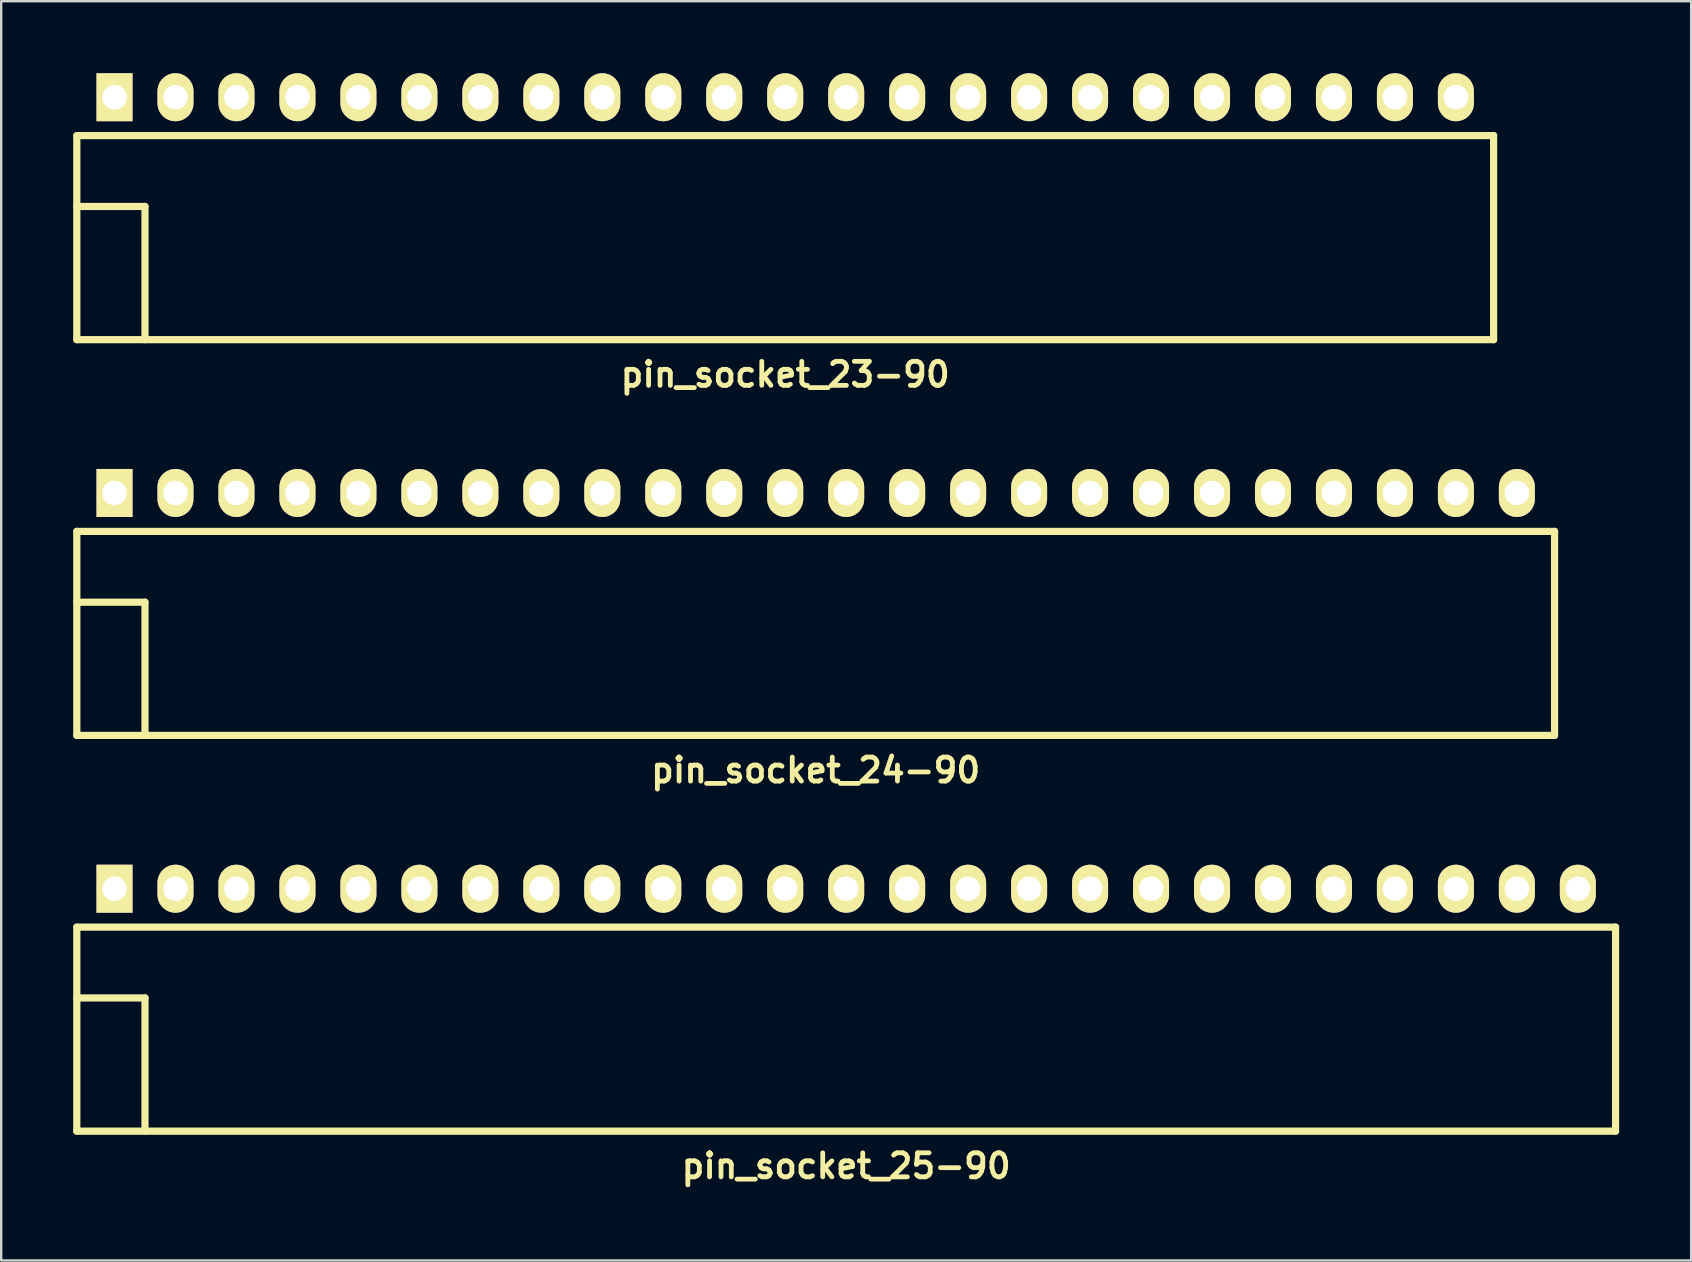
<source format=kicad_pcb>
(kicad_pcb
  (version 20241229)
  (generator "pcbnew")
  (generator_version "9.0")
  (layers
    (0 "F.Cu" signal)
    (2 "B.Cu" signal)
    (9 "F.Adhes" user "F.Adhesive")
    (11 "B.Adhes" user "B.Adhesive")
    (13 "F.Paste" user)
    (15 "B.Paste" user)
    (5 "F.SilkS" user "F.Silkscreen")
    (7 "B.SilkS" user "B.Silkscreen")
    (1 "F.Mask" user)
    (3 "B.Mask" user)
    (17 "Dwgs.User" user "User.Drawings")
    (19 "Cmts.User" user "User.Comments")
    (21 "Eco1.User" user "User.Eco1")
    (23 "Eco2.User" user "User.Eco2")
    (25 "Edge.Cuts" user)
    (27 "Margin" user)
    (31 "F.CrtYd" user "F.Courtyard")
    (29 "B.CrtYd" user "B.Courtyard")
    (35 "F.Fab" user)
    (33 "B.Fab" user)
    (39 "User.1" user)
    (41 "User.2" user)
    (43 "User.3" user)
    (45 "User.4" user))
  (footprint "pin_socket_23-90"
    (layer "F.Cu")
    (at 29.66 5.55)
    (property "Reference" "pin_socket_23-90" (at 0 7 0) (layer "F.SilkS") (effects (font (size 1 1) (thickness 0.2))))
    (attr through_hole)
    (fp_line (start -29.51 -2.95) (end -29.51 5.55) (stroke (width 0.3) (type solid)) (layer "F.SilkS"))
    (fp_line (start -29.51 -2.95) (end 29.51 -2.95) (stroke (width 0.3) (type solid)) (layer "F.SilkS"))
    (fp_line (start -29.51 0) (end -26.67 0) (stroke (width 0.3) (type solid)) (layer "F.SilkS"))
    (fp_line (start -29.51 5.55) (end 29.51 5.55) (stroke (width 0.3) (type solid)) (layer "F.SilkS"))
    (fp_line (start -26.67 0) (end -26.67 5.55) (stroke (width 0.3) (type solid)) (layer "F.SilkS"))
    (fp_line (start 29.51 -2.95) (end 29.51 5.55) (stroke (width 0.3) (type solid)) (layer "F.SilkS"))
    (pad "1" thru_hole rect (at -27.94 -4.55) (size 1.5 2) (drill 1.02) (layers "*.Cu" "*.Mask" "F.SilkS"))
    (pad "2" thru_hole oval (at -25.4 -4.55) (size 1.5 2) (drill 1.02) (layers "*.Cu" "*.Mask" "F.SilkS"))
    (pad "3" thru_hole oval (at -22.86 -4.55) (size 1.5 2) (drill 1.02) (layers "*.Cu" "*.Mask" "F.SilkS"))
    (pad "4" thru_hole oval (at -20.32 -4.55) (size 1.5 2) (drill 1.02) (layers "*.Cu" "*.Mask" "F.SilkS"))
    (pad "5" thru_hole oval (at -17.78 -4.55) (size 1.5 2) (drill 1.02) (layers "*.Cu" "*.Mask" "F.SilkS"))
    (pad "6" thru_hole oval (at -15.24 -4.55) (size 1.5 2) (drill 1.02) (layers "*.Cu" "*.Mask" "F.SilkS"))
    (pad "7" thru_hole oval (at -12.7 -4.55) (size 1.5 2) (drill 1.02) (layers "*.Cu" "*.Mask" "F.SilkS"))
    (pad "8" thru_hole oval (at -10.16 -4.55) (size 1.5 2) (drill 1.02) (layers "*.Cu" "*.Mask" "F.SilkS"))
    (pad "9" thru_hole oval (at -7.62 -4.55) (size 1.5 2) (drill 1.02) (layers "*.Cu" "*.Mask" "F.SilkS"))
    (pad "10" thru_hole oval (at -5.08 -4.55) (size 1.5 2) (drill 1.02) (layers "*.Cu" "*.Mask" "F.SilkS"))
    (pad "12" thru_hole oval (at 0 -4.55) (size 1.5 2) (drill 1.02) (layers "*.Cu" "*.Mask" "F.SilkS"))
    (pad "13" thru_hole oval (at 2.54 -4.55) (size 1.5 2) (drill 1.02) (layers "*.Cu" "*.Mask" "F.SilkS"))
    (pad "14" thru_hole oval (at 5.08 -4.55) (size 1.5 2) (drill 1.02) (layers "*.Cu" "*.Mask" "F.SilkS"))
    (pad "15" thru_hole oval (at 7.62 -4.55) (size 1.5 2) (drill 1.02) (layers "*.Cu" "*.Mask" "F.SilkS"))
    (pad "16" thru_hole oval (at 10.16 -4.55) (size 1.5 2) (drill 1.02) (layers "*.Cu" "*.Mask" "F.SilkS"))
    (pad "17" thru_hole oval (at 12.7 -4.55) (size 1.5 2) (drill 1.02) (layers "*.Cu" "*.Mask" "F.SilkS"))
    (pad "18" thru_hole oval (at 15.24 -4.55) (size 1.5 2) (drill 1.02) (layers "*.Cu" "*.Mask" "F.SilkS"))
    (pad "19" thru_hole oval (at 17.78 -4.55) (size 1.5 2) (drill 1.02) (layers "*.Cu" "*.Mask" "F.SilkS"))
    (pad "20" thru_hole oval (at 20.32 -4.55) (size 1.5 2) (drill 1.02) (layers "*.Cu" "*.Mask" "F.SilkS"))
    (pad "21" thru_hole oval (at 22.86 -4.55) (size 1.5 2) (drill 1.02) (layers "*.Cu" "*.Mask" "F.SilkS"))
    (pad "22" thru_hole oval (at 25.4 -4.55) (size 1.5 2) (drill 1.02) (layers "*.Cu" "*.Mask" "F.SilkS"))
    (pad "23" thru_hole oval (at 27.94 -4.55) (size 1.5 2) (drill 1.02) (layers "*.Cu" "*.Mask" "F.SilkS"))
    (pad "1121" thru_hole oval (at -2.54 -4.55) (size 1.5 2) (drill 1.02) (layers "*.Cu" "*.Mask" "F.SilkS")))
  (footprint "pin_socket_24-90"
    (layer "F.Cu")
    (at 30.93 22.036)
    (property "Reference" "pin_socket_24-90" (at 0 7 0) (layer "F.SilkS") (effects (font (size 1 1) (thickness 0.2))))
    (attr through_hole)
    (fp_line (start -30.78 -2.95) (end -30.78 5.55) (stroke (width 0.3) (type solid)) (layer "F.SilkS"))
    (fp_line (start -30.78 -2.95) (end 30.78 -2.95) (stroke (width 0.3) (type solid)) (layer "F.SilkS"))
    (fp_line (start -30.78 0) (end -27.94 0) (stroke (width 0.3) (type solid)) (layer "F.SilkS"))
    (fp_line (start -30.78 5.55) (end 30.78 5.55) (stroke (width 0.3) (type solid)) (layer "F.SilkS"))
    (fp_line (start -27.94 0) (end -27.94 5.55) (stroke (width 0.3) (type solid)) (layer "F.SilkS"))
    (fp_line (start 30.78 -2.95) (end 30.78 5.55) (stroke (width 0.3) (type solid)) (layer "F.SilkS"))
    (pad "1" thru_hole rect (at -29.21 -4.55) (size 1.5 2) (drill 1.02) (layers "*.Cu" "*.Mask" "F.SilkS"))
    (pad "2" thru_hole oval (at -26.67 -4.55) (size 1.5 2) (drill 1.02) (layers "*.Cu" "*.Mask" "F.SilkS"))
    (pad "3" thru_hole oval (at -24.13 -4.55) (size 1.5 2) (drill 1.02) (layers "*.Cu" "*.Mask" "F.SilkS"))
    (pad "4" thru_hole oval (at -21.59 -4.55) (size 1.5 2) (drill 1.02) (layers "*.Cu" "*.Mask" "F.SilkS"))
    (pad "5" thru_hole oval (at -19.05 -4.55) (size 1.5 2) (drill 1.02) (layers "*.Cu" "*.Mask" "F.SilkS"))
    (pad "6" thru_hole oval (at -16.51 -4.55) (size 1.5 2) (drill 1.02) (layers "*.Cu" "*.Mask" "F.SilkS"))
    (pad "7" thru_hole oval (at -13.97 -4.55) (size 1.5 2) (drill 1.02) (layers "*.Cu" "*.Mask" "F.SilkS"))
    (pad "8" thru_hole oval (at -11.43 -4.55) (size 1.5 2) (drill 1.02) (layers "*.Cu" "*.Mask" "F.SilkS"))
    (pad "9" thru_hole oval (at -8.89 -4.55) (size 1.5 2) (drill 1.02) (layers "*.Cu" "*.Mask" "F.SilkS"))
    (pad "10" thru_hole oval (at -6.35 -4.55) (size 1.5 2) (drill 1.02) (layers "*.Cu" "*.Mask" "F.SilkS"))
    (pad "12" thru_hole oval (at -1.27 -4.55) (size 1.5 2) (drill 1.02) (layers "*.Cu" "*.Mask" "F.SilkS"))
    (pad "13" thru_hole oval (at 1.27 -4.55) (size 1.5 2) (drill 1.02) (layers "*.Cu" "*.Mask" "F.SilkS"))
    (pad "14" thru_hole oval (at 3.81 -4.55) (size 1.5 2) (drill 1.02) (layers "*.Cu" "*.Mask" "F.SilkS"))
    (pad "15" thru_hole oval (at 6.35 -4.55) (size 1.5 2) (drill 1.02) (layers "*.Cu" "*.Mask" "F.SilkS"))
    (pad "16" thru_hole oval (at 8.89 -4.55) (size 1.5 2) (drill 1.02) (layers "*.Cu" "*.Mask" "F.SilkS"))
    (pad "17" thru_hole oval (at 11.43 -4.55) (size 1.5 2) (drill 1.02) (layers "*.Cu" "*.Mask" "F.SilkS"))
    (pad "18" thru_hole oval (at 13.97 -4.55) (size 1.5 2) (drill 1.02) (layers "*.Cu" "*.Mask" "F.SilkS"))
    (pad "19" thru_hole oval (at 16.51 -4.55) (size 1.5 2) (drill 1.02) (layers "*.Cu" "*.Mask" "F.SilkS"))
    (pad "20" thru_hole oval (at 19.05 -4.55) (size 1.5 2) (drill 1.02) (layers "*.Cu" "*.Mask" "F.SilkS"))
    (pad "21" thru_hole oval (at 21.59 -4.55) (size 1.5 2) (drill 1.02) (layers "*.Cu" "*.Mask" "F.SilkS"))
    (pad "22" thru_hole oval (at 24.13 -4.55) (size 1.5 2) (drill 1.02) (layers "*.Cu" "*.Mask" "F.SilkS"))
    (pad "23" thru_hole oval (at 26.67 -4.55) (size 1.5 2) (drill 1.02) (layers "*.Cu" "*.Mask" "F.SilkS"))
    (pad "24" thru_hole oval (at 29.21 -4.55) (size 1.5 2) (drill 1.02) (layers "*.Cu" "*.Mask" "F.SilkS"))
    (pad "1121" thru_hole oval (at -3.81 -4.55) (size 1.5 2) (drill 1.02) (layers "*.Cu" "*.Mask" "F.SilkS")))
  (footprint "pin_socket_25-90"
    (layer "F.Cu")
    (at 32.2 38.522)
    (property "Reference" "pin_socket_25-90" (at 0 7 0) (layer "F.SilkS") (effects (font (size 1 1) (thickness 0.2))))
    (attr through_hole)
    (fp_line (start -32.05 -2.95) (end -32.05 5.55) (stroke (width 0.3) (type solid)) (layer "F.SilkS"))
    (fp_line (start -32.05 -2.95) (end 32.05 -2.95) (stroke (width 0.3) (type solid)) (layer "F.SilkS"))
    (fp_line (start -32.05 0) (end -29.21 0) (stroke (width 0.3) (type solid)) (layer "F.SilkS"))
    (fp_line (start -32.05 5.55) (end 32.05 5.55) (stroke (width 0.3) (type solid)) (layer "F.SilkS"))
    (fp_line (start -29.21 0) (end -29.21 5.55) (stroke (width 0.3) (type solid)) (layer "F.SilkS"))
    (fp_line (start 32.05 -2.95) (end 32.05 5.55) (stroke (width 0.3) (type solid)) (layer "F.SilkS"))
    (pad "1" thru_hole rect (at -30.48 -4.55) (size 1.5 2) (drill 1.02) (layers "*.Cu" "*.Mask" "F.SilkS"))
    (pad "2" thru_hole oval (at -27.94 -4.55) (size 1.5 2) (drill 1.02) (layers "*.Cu" "*.Mask" "F.SilkS"))
    (pad "3" thru_hole oval (at -25.4 -4.55) (size 1.5 2) (drill 1.02) (layers "*.Cu" "*.Mask" "F.SilkS"))
    (pad "4" thru_hole oval (at -22.86 -4.55) (size 1.5 2) (drill 1.02) (layers "*.Cu" "*.Mask" "F.SilkS"))
    (pad "5" thru_hole oval (at -20.32 -4.55) (size 1.5 2) (drill 1.02) (layers "*.Cu" "*.Mask" "F.SilkS"))
    (pad "6" thru_hole oval (at -17.78 -4.55) (size 1.5 2) (drill 1.02) (layers "*.Cu" "*.Mask" "F.SilkS"))
    (pad "7" thru_hole oval (at -15.24 -4.55) (size 1.5 2) (drill 1.02) (layers "*.Cu" "*.Mask" "F.SilkS"))
    (pad "8" thru_hole oval (at -12.7 -4.55) (size 1.5 2) (drill 1.02) (layers "*.Cu" "*.Mask" "F.SilkS"))
    (pad "9" thru_hole oval (at -10.16 -4.55) (size 1.5 2) (drill 1.02) (layers "*.Cu" "*.Mask" "F.SilkS"))
    (pad "10" thru_hole oval (at -7.62 -4.55) (size 1.5 2) (drill 1.02) (layers "*.Cu" "*.Mask" "F.SilkS"))
    (pad "12" thru_hole oval (at -2.54 -4.55) (size 1.5 2) (drill 1.02) (layers "*.Cu" "*.Mask" "F.SilkS"))
    (pad "13" thru_hole oval (at 0 -4.55) (size 1.5 2) (drill 1.02) (layers "*.Cu" "*.Mask" "F.SilkS"))
    (pad "14" thru_hole oval (at 2.54 -4.55) (size 1.5 2) (drill 1.02) (layers "*.Cu" "*.Mask" "F.SilkS"))
    (pad "15" thru_hole oval (at 5.08 -4.55) (size 1.5 2) (drill 1.02) (layers "*.Cu" "*.Mask" "F.SilkS"))
    (pad "16" thru_hole oval (at 7.62 -4.55) (size 1.5 2) (drill 1.02) (layers "*.Cu" "*.Mask" "F.SilkS"))
    (pad "17" thru_hole oval (at 10.16 -4.55) (size 1.5 2) (drill 1.02) (layers "*.Cu" "*.Mask" "F.SilkS"))
    (pad "18" thru_hole oval (at 12.7 -4.55) (size 1.5 2) (drill 1.02) (layers "*.Cu" "*.Mask" "F.SilkS"))
    (pad "19" thru_hole oval (at 15.24 -4.55) (size 1.5 2) (drill 1.02) (layers "*.Cu" "*.Mask" "F.SilkS"))
    (pad "20" thru_hole oval (at 17.78 -4.55) (size 1.5 2) (drill 1.02) (layers "*.Cu" "*.Mask" "F.SilkS"))
    (pad "21" thru_hole oval (at 20.32 -4.55) (size 1.5 2) (drill 1.02) (layers "*.Cu" "*.Mask" "F.SilkS"))
    (pad "22" thru_hole oval (at 22.86 -4.55) (size 1.5 2) (drill 1.02) (layers "*.Cu" "*.Mask" "F.SilkS"))
    (pad "23" thru_hole oval (at 25.4 -4.55) (size 1.5 2) (drill 1.02) (layers "*.Cu" "*.Mask" "F.SilkS"))
    (pad "24" thru_hole oval (at 27.94 -4.55) (size 1.5 2) (drill 1.02) (layers "*.Cu" "*.Mask" "F.SilkS"))
    (pad "25" thru_hole oval (at 30.48 -4.55) (size 1.5 2) (drill 1.02) (layers "*.Cu" "*.Mask" "F.SilkS"))
    (pad "1121" thru_hole oval (at -5.08 -4.55) (size 1.5 2) (drill 1.02) (layers "*.Cu" "*.Mask" "F.SilkS")))
  (gr_rect
    (start -3 -3)
    (end 67.4 49.458)
    (stroke (width 0.1) (type default))
    (fill no)
    (layer "Edge.Cuts")))
</source>
